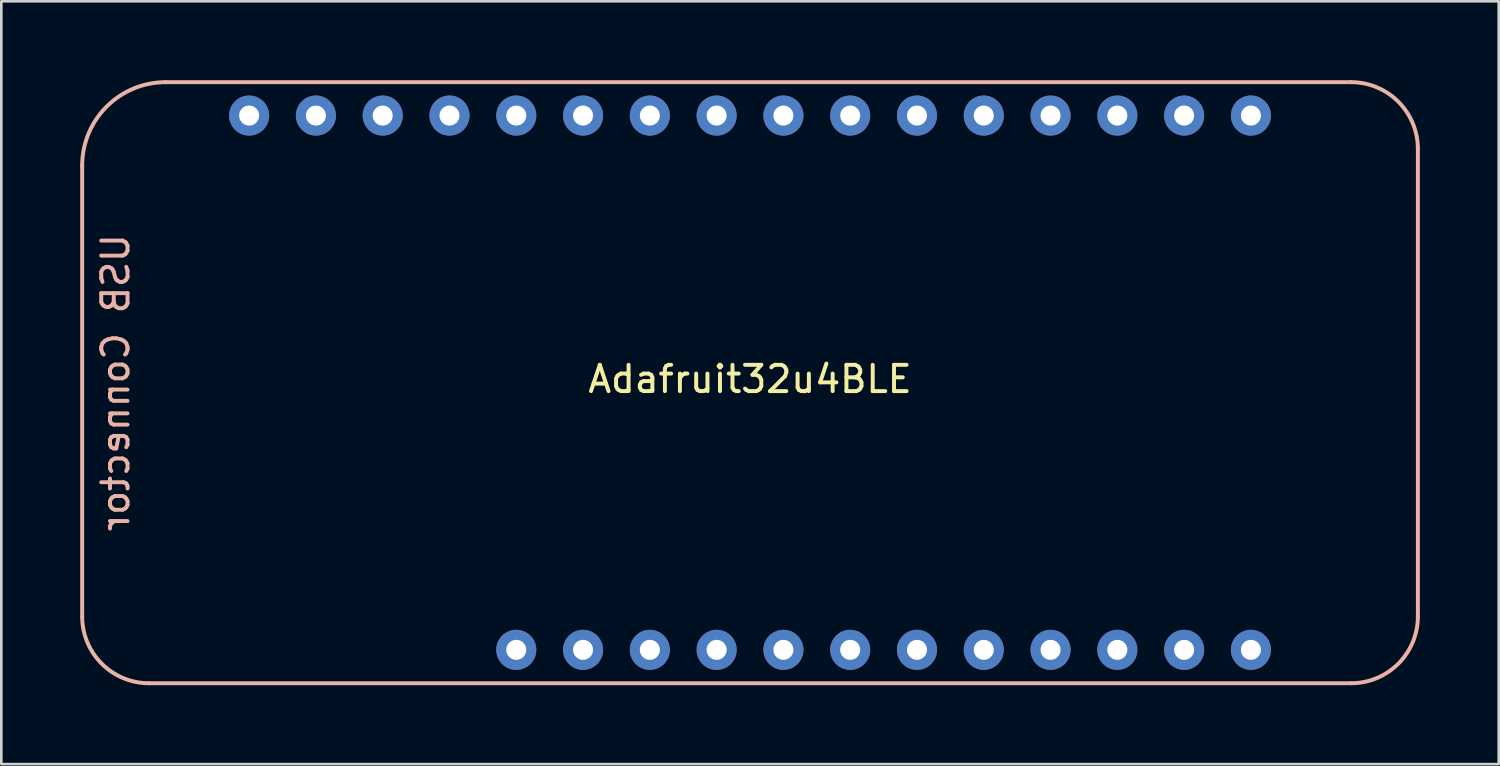
<source format=kicad_pcb>
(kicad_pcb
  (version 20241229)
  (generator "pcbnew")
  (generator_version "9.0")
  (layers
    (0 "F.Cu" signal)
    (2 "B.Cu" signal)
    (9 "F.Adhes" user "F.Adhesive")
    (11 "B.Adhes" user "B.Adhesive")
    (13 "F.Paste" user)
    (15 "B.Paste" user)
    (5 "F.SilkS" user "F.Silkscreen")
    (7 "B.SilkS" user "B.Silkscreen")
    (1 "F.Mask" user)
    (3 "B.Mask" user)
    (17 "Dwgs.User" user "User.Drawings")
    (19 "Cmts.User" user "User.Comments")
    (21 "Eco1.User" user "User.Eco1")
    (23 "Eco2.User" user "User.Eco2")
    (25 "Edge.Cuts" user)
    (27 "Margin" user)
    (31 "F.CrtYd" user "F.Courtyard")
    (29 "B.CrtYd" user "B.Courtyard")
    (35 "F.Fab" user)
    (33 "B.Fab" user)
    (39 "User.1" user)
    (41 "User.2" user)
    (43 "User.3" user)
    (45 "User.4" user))
  (footprint "Adafruit32u4BLE"
    (layer "F.Cu")
    (at 25.475 10.87)
    (property "Reference" "Adafruit32u4BLE" (at 0 0.5 0) (layer "F.SilkS") (effects (font (size 1 1) (thickness 0.15))))
    (attr through_hole)
    (fp_line (start -25.4 -7.62) (end -25.4 9.525) (stroke (width 0.15) (type solid)) (layer "B.SilkS"))
    (fp_line (start -22.86 12.065) (end 22.86 12.065) (stroke (width 0.15) (type solid)) (layer "B.SilkS"))
    (fp_line (start 22.86 -10.795) (end -22.225 -10.795) (stroke (width 0.15) (type solid)) (layer "B.SilkS"))
    (fp_line (start 25.4 9.525) (end 25.4 -8.255) (stroke (width 0.15) (type solid)) (layer "B.SilkS"))
    (fp_arc (start -25.4 -7.62) (mid -24.470064 -9.865064) (end -22.225 -10.795) (stroke (width 0.15) (type solid)) (layer "B.SilkS"))
    (fp_arc (start -22.86 12.065) (mid -24.656051 11.321051) (end -25.4 9.525) (stroke (width 0.15) (type solid)) (layer "B.SilkS"))
    (fp_arc (start 22.86 -10.795) (mid 24.656051 -10.051051) (end 25.4 -8.255) (stroke (width 0.15) (type solid)) (layer "B.SilkS"))
    (fp_arc (start 25.4 9.525) (mid 24.656051 11.321051) (end 22.86 12.065) (stroke (width 0.15) (type solid)) (layer "B.SilkS"))
    (fp_text user "USB Connector" (at -24.13 0.635 90) (layer "B.SilkS") (effects (font (size 1 1) (thickness 0.15)) (justify mirror)))
    (pad "1" thru_hole circle (at -8.89 10.795) (size 1.524 1.524) (drill 0.762) (layers "*.Cu" "*.Mask"))
    (pad "2" thru_hole circle (at -6.35 10.795) (size 1.524 1.524) (drill 0.762) (layers "*.Cu" "*.Mask"))
    (pad "3" thru_hole circle (at -3.81 10.795) (size 1.524 1.524) (drill 0.762) (layers "*.Cu" "*.Mask"))
    (pad "4" thru_hole circle (at -1.27 10.795) (size 1.524 1.524) (drill 0.762) (layers "*.Cu" "*.Mask"))
    (pad "5" thru_hole circle (at 1.27 10.795) (size 1.524 1.524) (drill 0.762) (layers "*.Cu" "*.Mask"))
    (pad "6" thru_hole circle (at 3.81 10.795) (size 1.524 1.524) (drill 0.762) (layers "*.Cu" "*.Mask"))
    (pad "7" thru_hole circle (at 6.35 10.795) (size 1.524 1.524) (drill 0.762) (layers "*.Cu" "*.Mask"))
    (pad "8" thru_hole circle (at 8.89 10.795) (size 1.524 1.524) (drill 0.762) (layers "*.Cu" "*.Mask"))
    (pad "9" thru_hole circle (at 11.43 10.795) (size 1.524 1.524) (drill 0.762) (layers "*.Cu" "*.Mask"))
    (pad "10" thru_hole circle (at 13.97 10.795) (size 1.524 1.524) (drill 0.762) (layers "*.Cu" "*.Mask"))
    (pad "11" thru_hole circle (at 16.51 10.795) (size 1.524 1.524) (drill 0.762) (layers "*.Cu" "*.Mask"))
    (pad "12" thru_hole circle (at 19.05 10.795) (size 1.524 1.524) (drill 0.762) (layers "*.Cu" "*.Mask"))
    (pad "13" thru_hole circle (at -19.05 -9.525) (size 1.524 1.524) (drill 0.762) (layers "*.Cu" "*.Mask"))
    (pad "14" thru_hole circle (at -16.51 -9.525) (size 1.524 1.524) (drill 0.762) (layers "*.Cu" "*.Mask"))
    (pad "15" thru_hole circle (at -13.97 -9.525) (size 1.524 1.524) (drill 0.762) (layers "*.Cu" "*.Mask"))
    (pad "16" thru_hole circle (at -11.43 -9.525) (size 1.524 1.524) (drill 0.762) (layers "*.Cu" "*.Mask"))
    (pad "17" thru_hole circle (at -8.89 -9.525) (size 1.524 1.524) (drill 0.762) (layers "*.Cu" "*.Mask"))
    (pad "18" thru_hole circle (at -6.35 -9.525) (size 1.524 1.524) (drill 0.762) (layers "*.Cu" "*.Mask"))
    (pad "19" thru_hole circle (at -3.81 -9.525) (size 1.524 1.524) (drill 0.762) (layers "*.Cu" "*.Mask"))
    (pad "20" thru_hole circle (at -1.27 -9.525) (size 1.524 1.524) (drill 0.762) (layers "*.Cu" "*.Mask"))
    (pad "21" thru_hole circle (at 1.27 -9.525) (size 1.524 1.524) (drill 0.762) (layers "*.Cu" "*.Mask"))
    (pad "22" thru_hole circle (at 3.81 -9.525) (size 1.524 1.524) (drill 0.762) (layers "*.Cu" "*.Mask"))
    (pad "23" thru_hole circle (at 6.35 -9.525) (size 1.524 1.524) (drill 0.762) (layers "*.Cu" "*.Mask"))
    (pad "24" thru_hole circle (at 8.89 -9.525) (size 1.524 1.524) (drill 0.762) (layers "*.Cu" "*.Mask"))
    (pad "25" thru_hole circle (at 11.43 -9.525) (size 1.524 1.524) (drill 0.762) (layers "*.Cu" "*.Mask"))
    (pad "26" thru_hole circle (at 13.97 -9.525) (size 1.524 1.524) (drill 0.762) (layers "*.Cu" "*.Mask"))
    (pad "27" thru_hole circle (at 16.51 -9.525) (size 1.524 1.524) (drill 0.762) (layers "*.Cu" "*.Mask"))
    (pad "28" thru_hole circle (at 19.05 -9.525) (size 1.524 1.524) (drill 0.762) (layers "*.Cu" "*.Mask")))
  (gr_rect
    (start -3 -3)
    (end 53.95 26.01)
    (stroke (width 0.1) (type default))
    (fill no)
    (layer "Edge.Cuts")))
</source>
